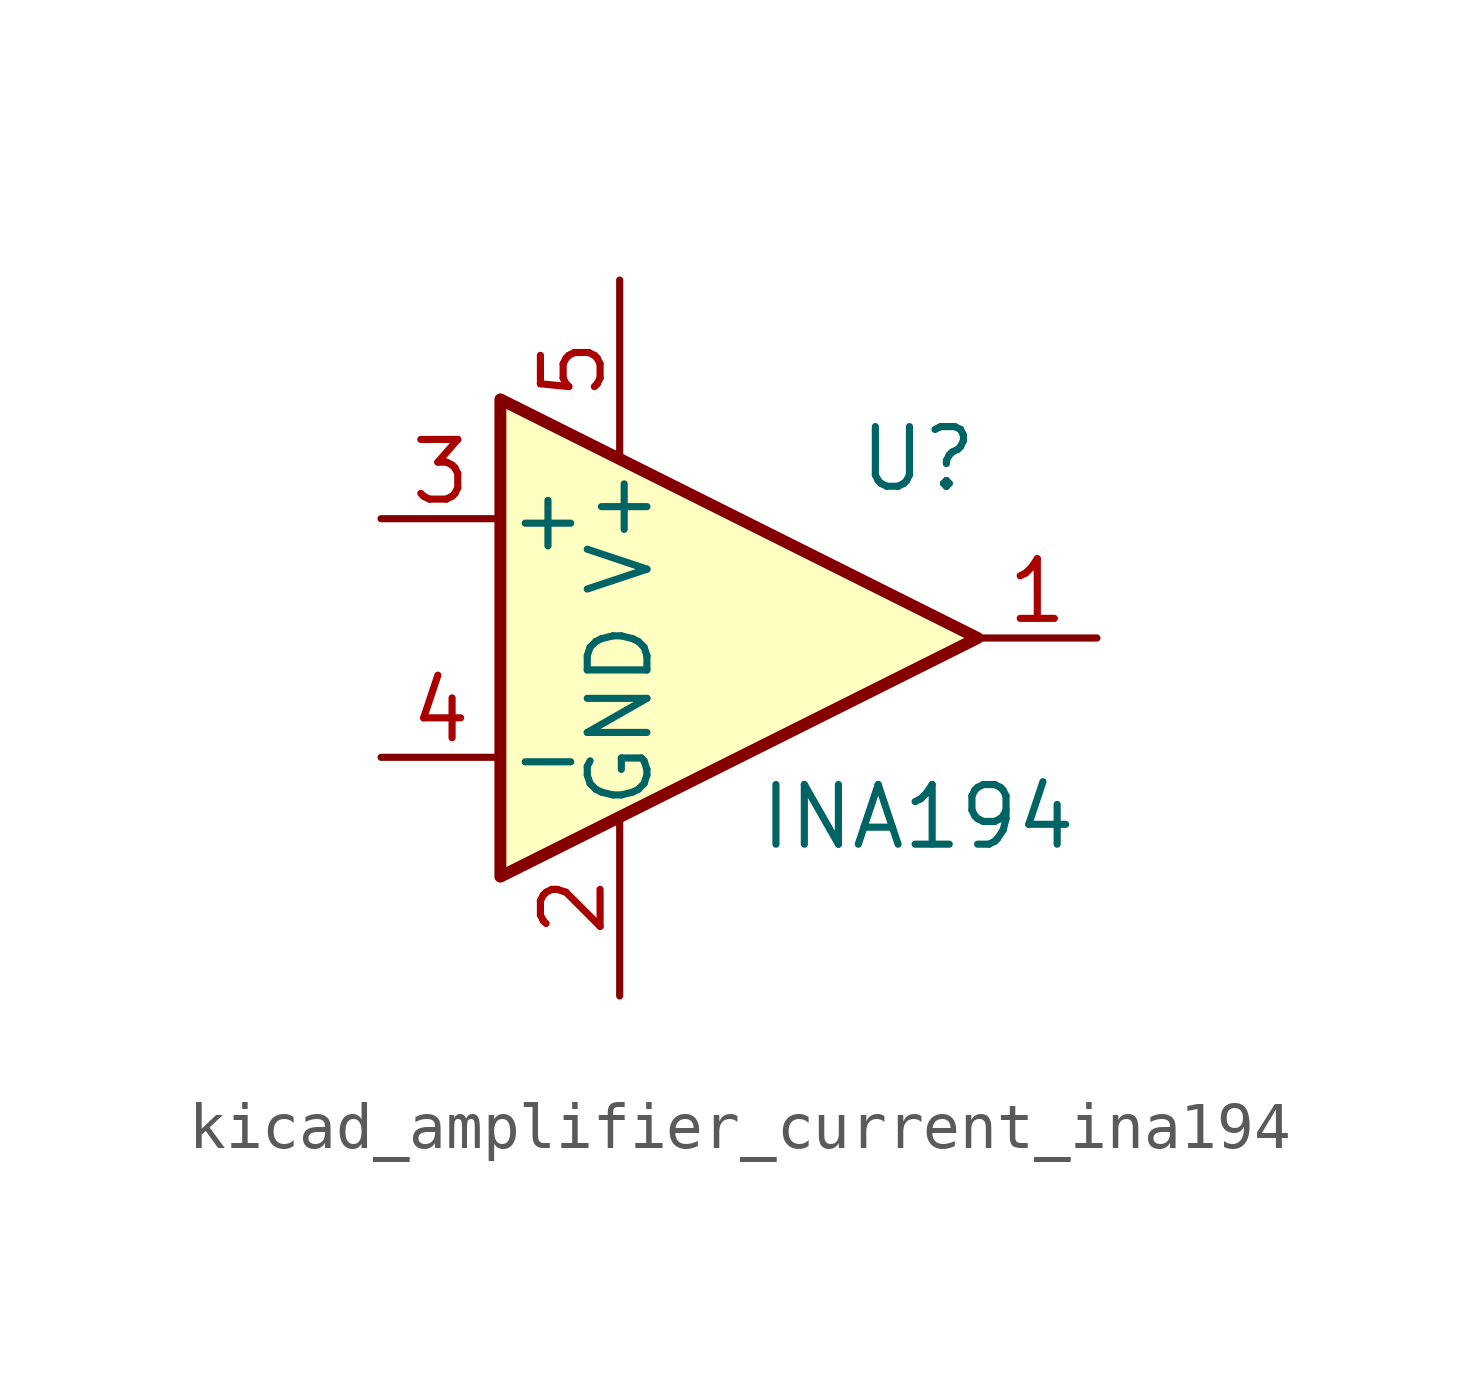
<source format=kicad_sym>
(kicad_symbol_lib
  (version 20220914)
  (generator kicad_symbol_editor)
  (symbol "kicad_amplifier_current_ina194"
    (pin_names
      (offset 0.127))
    (property "Reference" "U"
      (at 3.81 3.81 0)
      (effects (font (size 1.27 1.27))))
    (property "Value" "INA194"
      (at 3.81 -3.81 0)
      (effects (font (size 1.27 1.27))))
    (symbol "kicad_amplifier_current_ina194_0_1"
      (polyline (pts (xy 5.08 0) (xy -5.08 5.08) (xy -5.08 -5.08) (xy 5.08 0)) (stroke (width 0.254) (type default)) (fill (type background))))
    (symbol "kicad_amplifier_current_ina194_1_1"
      (pin output line (at 7.62 0 180) (length 2.54) (name "~" (effects (font (size 1.27 1.27)))) (number "1" (effects (font (size 1.27 1.27)))))
      (pin power_in line (at -2.54 -7.62 90) (length 3.81) (name "GND" (effects (font (size 1.27 1.27)))) (number "2" (effects (font (size 1.27 1.27)))))
      (pin input line (at -7.62 2.54 0) (length 2.54) (name "+" (effects (font (size 1.27 1.27)))) (number "3" (effects (font (size 1.27 1.27)))))
      (pin input line (at -7.62 -2.54 0) (length 2.54) (name "-" (effects (font (size 1.27 1.27)))) (number "4" (effects (font (size 1.27 1.27)))))
      (pin power_in line (at -2.54 7.62 270) (length 3.81) (name "V+" (effects (font (size 1.27 1.27)))) (number "5" (effects (font (size 1.27 1.27))))))))
</source>
